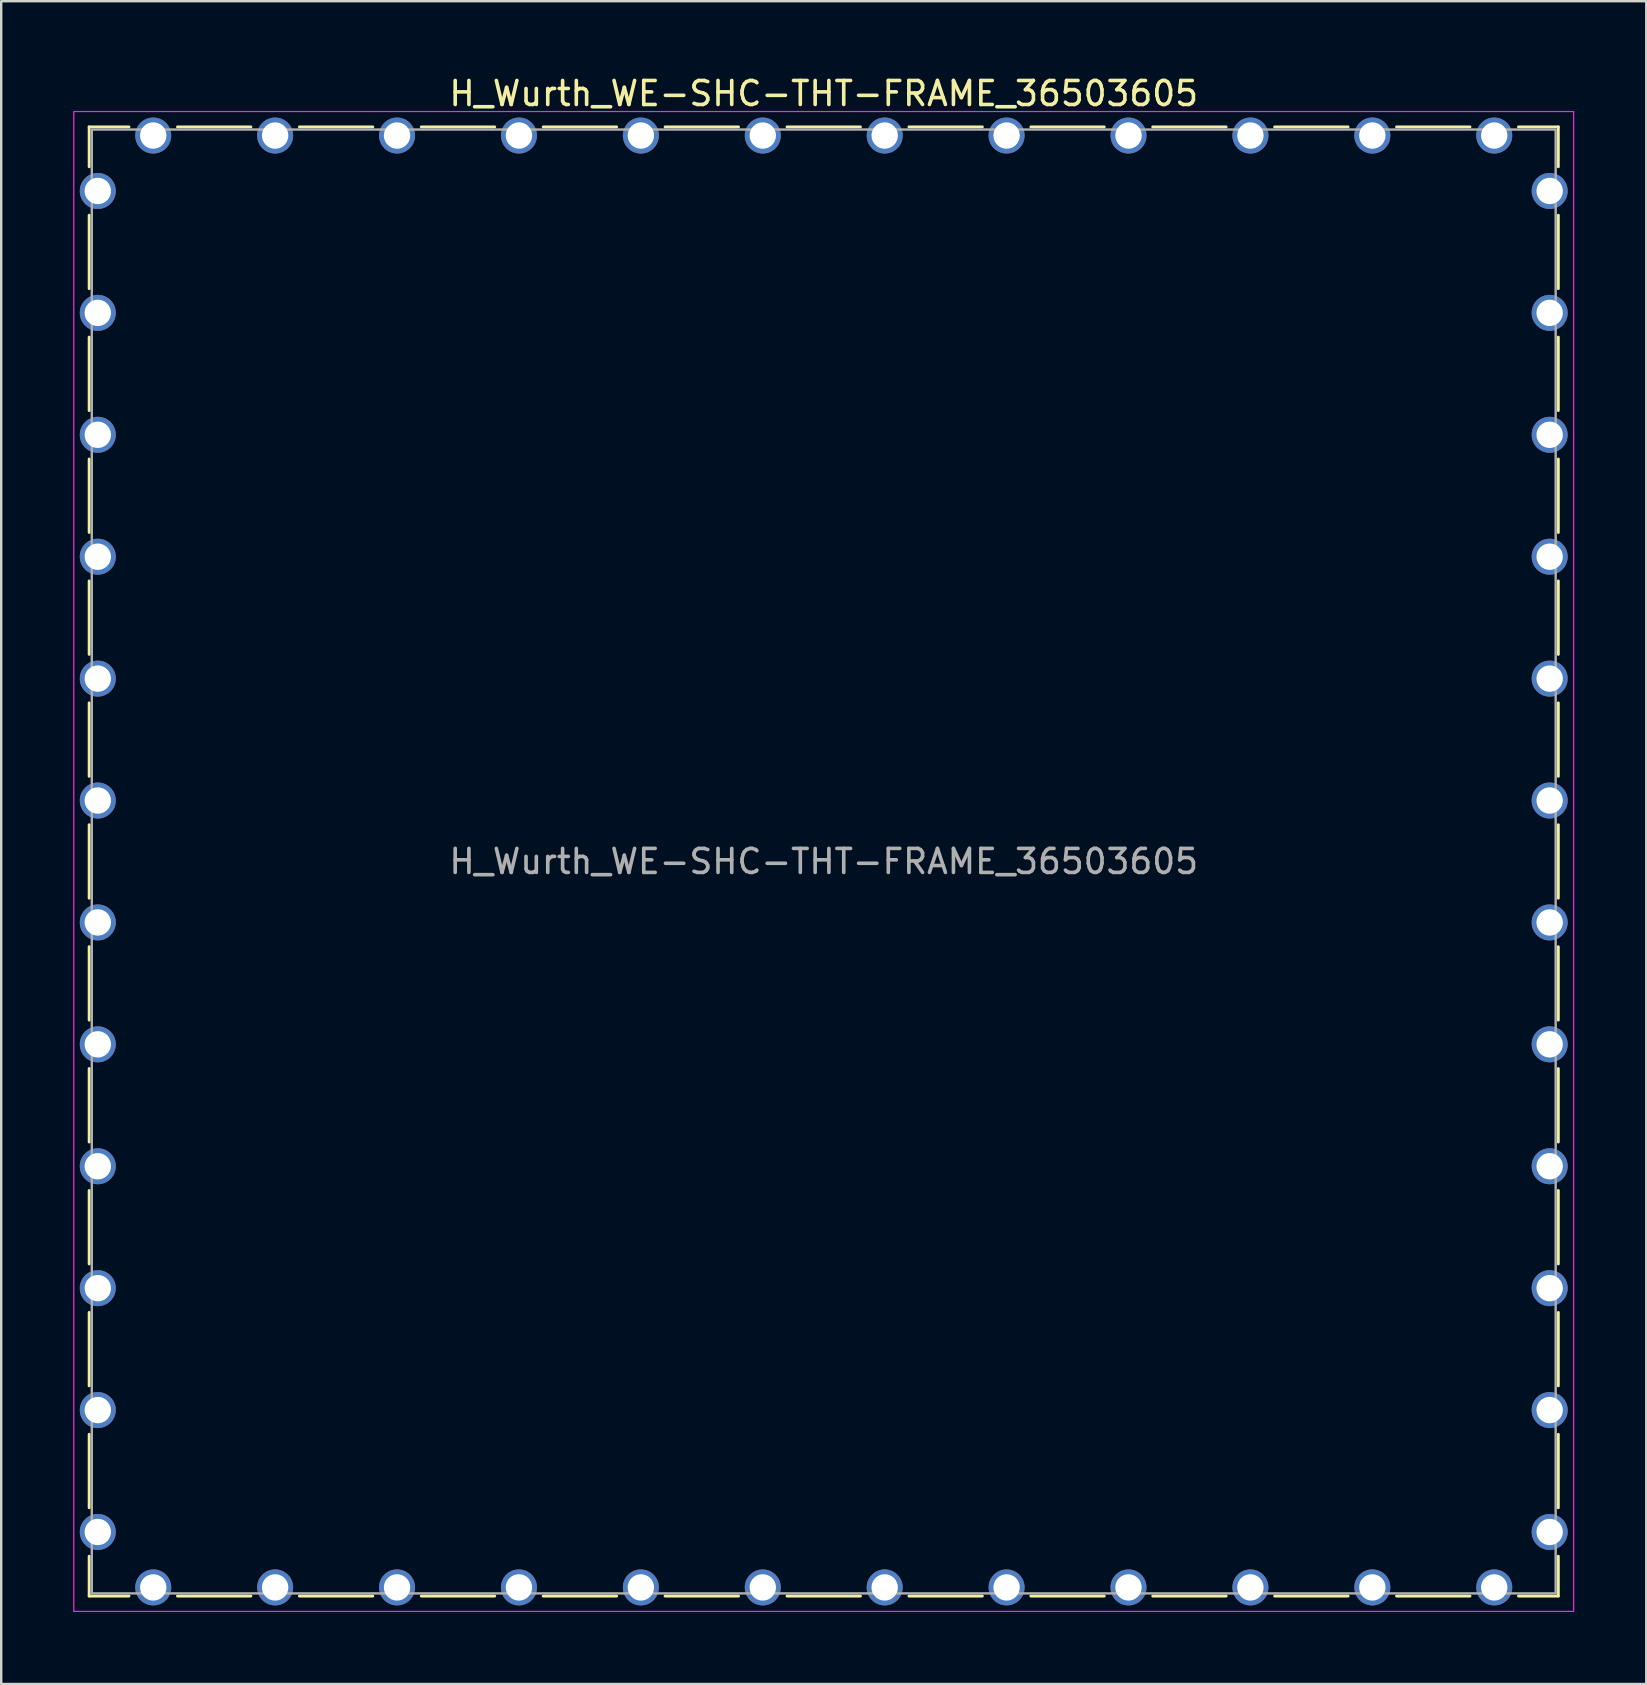
<source format=kicad_pcb>
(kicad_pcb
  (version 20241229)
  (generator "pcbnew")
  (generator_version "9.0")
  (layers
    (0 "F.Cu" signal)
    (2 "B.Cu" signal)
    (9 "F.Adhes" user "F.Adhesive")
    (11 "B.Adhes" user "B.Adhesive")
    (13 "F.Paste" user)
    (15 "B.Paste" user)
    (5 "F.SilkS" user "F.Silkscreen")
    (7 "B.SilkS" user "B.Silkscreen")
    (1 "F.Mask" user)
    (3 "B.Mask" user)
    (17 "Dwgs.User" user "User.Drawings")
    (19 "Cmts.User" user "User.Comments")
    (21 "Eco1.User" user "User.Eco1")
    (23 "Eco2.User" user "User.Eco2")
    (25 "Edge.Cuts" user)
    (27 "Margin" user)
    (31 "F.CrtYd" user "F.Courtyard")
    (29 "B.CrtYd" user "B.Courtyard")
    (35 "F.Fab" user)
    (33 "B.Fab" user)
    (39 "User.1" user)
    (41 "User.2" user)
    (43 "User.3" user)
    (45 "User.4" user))
  (footprint "H_Wurth_WE-SHC-THT-FRAME_36503605"
    (layer "F.Cu")
    (at 31.275 32.848)
    (property "Reference" "H_Wurth_WE-SHC-THT-FRAME_36503605" (at 0 -32 0) (unlocked yes) (layer "F.SilkS") (effects (font (size 1 1) (thickness 0.15))))
    (attr smd)
    (fp_line (start -30.61 -30.61) (end -30.61 -28.95) (stroke (width 0.12) (type default)) (layer "F.SilkS"))
    (fp_line (start -30.61 -23.87) (end -30.61 -26.93) (stroke (width 0.12) (type default)) (layer "F.SilkS"))
    (fp_line (start -30.61 -18.79) (end -30.61 -21.85) (stroke (width 0.12) (type default)) (layer "F.SilkS"))
    (fp_line (start -30.61 -13.71) (end -30.61 -16.77) (stroke (width 0.12) (type default)) (layer "F.SilkS"))
    (fp_line (start -30.61 -8.63) (end -30.61 -11.69) (stroke (width 0.12) (type default)) (layer "F.SilkS"))
    (fp_line (start -30.61 -3.55) (end -30.61 -6.61) (stroke (width 0.12) (type default)) (layer "F.SilkS"))
    (fp_line (start -30.61 1.53) (end -30.61 -1.53) (stroke (width 0.12) (type default)) (layer "F.SilkS"))
    (fp_line (start -30.61 6.61) (end -30.61 3.55) (stroke (width 0.12) (type default)) (layer "F.SilkS"))
    (fp_line (start -30.61 11.69) (end -30.61 8.63) (stroke (width 0.12) (type default)) (layer "F.SilkS"))
    (fp_line (start -30.61 16.77) (end -30.61 13.71) (stroke (width 0.12) (type default)) (layer "F.SilkS"))
    (fp_line (start -30.61 21.85) (end -30.61 18.79) (stroke (width 0.12) (type default)) (layer "F.SilkS"))
    (fp_line (start -30.61 26.93) (end -30.61 23.87) (stroke (width 0.12) (type default)) (layer "F.SilkS"))
    (fp_line (start -30.61 30.61) (end -30.61 28.95) (stroke (width 0.12) (type default)) (layer "F.SilkS"))
    (fp_line (start -28.95 -30.61) (end -30.61 -30.61) (stroke (width 0.12) (type default)) (layer "F.SilkS"))
    (fp_line (start -28.95 30.61) (end -30.61 30.61) (stroke (width 0.12) (type default)) (layer "F.SilkS"))
    (fp_line (start -26.93 -30.61) (end -23.87 -30.61) (stroke (width 0.12) (type default)) (layer "F.SilkS"))
    (fp_line (start -26.93 30.61) (end -23.87 30.61) (stroke (width 0.12) (type default)) (layer "F.SilkS"))
    (fp_line (start -21.85 -30.61) (end -18.79 -30.61) (stroke (width 0.12) (type default)) (layer "F.SilkS"))
    (fp_line (start -21.85 30.61) (end -18.79 30.61) (stroke (width 0.12) (type default)) (layer "F.SilkS"))
    (fp_line (start -16.77 -30.61) (end -13.71 -30.61) (stroke (width 0.12) (type default)) (layer "F.SilkS"))
    (fp_line (start -16.77 30.61) (end -13.71 30.61) (stroke (width 0.12) (type default)) (layer "F.SilkS"))
    (fp_line (start -11.69 -30.61) (end -8.63 -30.61) (stroke (width 0.12) (type default)) (layer "F.SilkS"))
    (fp_line (start -11.69 30.61) (end -8.63 30.61) (stroke (width 0.12) (type default)) (layer "F.SilkS"))
    (fp_line (start -6.61 -30.61) (end -3.55 -30.61) (stroke (width 0.12) (type default)) (layer "F.SilkS"))
    (fp_line (start -6.61 30.61) (end -3.55 30.61) (stroke (width 0.12) (type default)) (layer "F.SilkS"))
    (fp_line (start -1.53 -30.61) (end 1.53 -30.61) (stroke (width 0.12) (type default)) (layer "F.SilkS"))
    (fp_line (start -1.53 30.61) (end 1.53 30.61) (stroke (width 0.12) (type default)) (layer "F.SilkS"))
    (fp_line (start 3.55 -30.61) (end 6.61 -30.61) (stroke (width 0.12) (type default)) (layer "F.SilkS"))
    (fp_line (start 3.55 30.61) (end 6.61 30.61) (stroke (width 0.12) (type default)) (layer "F.SilkS"))
    (fp_line (start 8.63 -30.61) (end 11.69 -30.61) (stroke (width 0.12) (type default)) (layer "F.SilkS"))
    (fp_line (start 8.63 30.61) (end 11.69 30.61) (stroke (width 0.12) (type default)) (layer "F.SilkS"))
    (fp_line (start 13.71 -30.61) (end 16.77 -30.61) (stroke (width 0.12) (type default)) (layer "F.SilkS"))
    (fp_line (start 13.71 30.61) (end 16.77 30.61) (stroke (width 0.12) (type default)) (layer "F.SilkS"))
    (fp_line (start 18.79 -30.61) (end 21.85 -30.61) (stroke (width 0.12) (type default)) (layer "F.SilkS"))
    (fp_line (start 18.79 30.61) (end 21.85 30.61) (stroke (width 0.12) (type default)) (layer "F.SilkS"))
    (fp_line (start 23.87 -30.61) (end 26.93 -30.61) (stroke (width 0.12) (type default)) (layer "F.SilkS"))
    (fp_line (start 23.87 30.61) (end 26.93 30.61) (stroke (width 0.12) (type default)) (layer "F.SilkS"))
    (fp_line (start 28.95 -30.61) (end 30.61 -30.61) (stroke (width 0.12) (type default)) (layer "F.SilkS"))
    (fp_line (start 28.95 30.61) (end 30.61 30.61) (stroke (width 0.12) (type default)) (layer "F.SilkS"))
    (fp_line (start 30.61 -30.61) (end 30.61 -28.95) (stroke (width 0.12) (type default)) (layer "F.SilkS"))
    (fp_line (start 30.61 -23.87) (end 30.61 -26.93) (stroke (width 0.12) (type default)) (layer "F.SilkS"))
    (fp_line (start 30.61 -18.79) (end 30.61 -21.85) (stroke (width 0.12) (type default)) (layer "F.SilkS"))
    (fp_line (start 30.61 -13.71) (end 30.61 -16.77) (stroke (width 0.12) (type default)) (layer "F.SilkS"))
    (fp_line (start 30.61 -8.63) (end 30.61 -11.69) (stroke (width 0.12) (type default)) (layer "F.SilkS"))
    (fp_line (start 30.61 -3.55) (end 30.61 -6.61) (stroke (width 0.12) (type default)) (layer "F.SilkS"))
    (fp_line (start 30.61 1.53) (end 30.61 -1.53) (stroke (width 0.12) (type default)) (layer "F.SilkS"))
    (fp_line (start 30.61 6.61) (end 30.61 3.55) (stroke (width 0.12) (type default)) (layer "F.SilkS"))
    (fp_line (start 30.61 11.69) (end 30.61 8.63) (stroke (width 0.12) (type default)) (layer "F.SilkS"))
    (fp_line (start 30.61 16.77) (end 30.61 13.71) (stroke (width 0.12) (type default)) (layer "F.SilkS"))
    (fp_line (start 30.61 21.85) (end 30.61 18.79) (stroke (width 0.12) (type default)) (layer "F.SilkS"))
    (fp_line (start 30.61 26.93) (end 30.61 23.87) (stroke (width 0.12) (type default)) (layer "F.SilkS"))
    (fp_line (start 30.61 30.61) (end 30.61 28.95) (stroke (width 0.12) (type default)) (layer "F.SilkS"))
    (fp_rect (start -31.25 -31.25) (end 31.25 31.25) (stroke (width 0.05) (type solid)) (fill no) (layer "F.CrtYd"))
    (fp_rect (start -30.5 -30.5) (end 30.5 30.5) (stroke (width 0.1) (type solid)) (fill no) (layer "F.Fab"))
    (fp_text user "${REFERENCE}" (at 0 0 0) (unlocked yes) (layer "F.Fab") (effects (font (size 1 1) (thickness 0.15))))
    (pad "1" thru_hole circle (at -30.25 -27.94) (size 1.5 1.5) (drill 1.1) (layers "*.Cu" "*.Mask"))
    (pad "1" thru_hole circle (at -30.25 -22.86) (size 1.5 1.5) (drill 1.1) (layers "*.Cu" "*.Mask"))
    (pad "1" thru_hole circle (at -30.25 -17.78) (size 1.5 1.5) (drill 1.1) (layers "*.Cu" "*.Mask"))
    (pad "1" thru_hole circle (at -30.25 -12.7) (size 1.5 1.5) (drill 1.1) (layers "*.Cu" "*.Mask"))
    (pad "1" thru_hole circle (at -30.25 -7.62) (size 1.5 1.5) (drill 1.1) (layers "*.Cu" "*.Mask"))
    (pad "1" thru_hole circle (at -30.25 -2.54) (size 1.5 1.5) (drill 1.1) (layers "*.Cu" "*.Mask"))
    (pad "1" thru_hole circle (at -30.25 2.54) (size 1.5 1.5) (drill 1.1) (layers "*.Cu" "*.Mask"))
    (pad "1" thru_hole circle (at -30.25 7.62) (size 1.5 1.5) (drill 1.1) (layers "*.Cu" "*.Mask"))
    (pad "1" thru_hole circle (at -30.25 12.7) (size 1.5 1.5) (drill 1.1) (layers "*.Cu" "*.Mask"))
    (pad "1" thru_hole circle (at -30.25 17.78) (size 1.5 1.5) (drill 1.1) (layers "*.Cu" "*.Mask"))
    (pad "1" thru_hole circle (at -30.25 22.86) (size 1.5 1.5) (drill 1.1) (layers "*.Cu" "*.Mask"))
    (pad "1" thru_hole circle (at -30.25 27.94) (size 1.5 1.5) (drill 1.1) (layers "*.Cu" "*.Mask"))
    (pad "1" thru_hole circle (at -27.94 -30.25) (size 1.5 1.5) (drill 1.1) (layers "*.Cu" "*.Mask"))
    (pad "1" thru_hole circle (at -27.94 30.25) (size 1.5 1.5) (drill 1.1) (layers "*.Cu" "*.Mask"))
    (pad "1" thru_hole circle (at -22.86 -30.25) (size 1.5 1.5) (drill 1.1) (layers "*.Cu" "*.Mask"))
    (pad "1" thru_hole circle (at -22.86 30.25) (size 1.5 1.5) (drill 1.1) (layers "*.Cu" "*.Mask"))
    (pad "1" thru_hole circle (at -17.78 -30.25) (size 1.5 1.5) (drill 1.1) (layers "*.Cu" "*.Mask"))
    (pad "1" thru_hole circle (at -17.78 30.25) (size 1.5 1.5) (drill 1.1) (layers "*.Cu" "*.Mask"))
    (pad "1" thru_hole circle (at -12.7 -30.25) (size 1.5 1.5) (drill 1.1) (layers "*.Cu" "*.Mask"))
    (pad "1" thru_hole circle (at -12.7 30.25) (size 1.5 1.5) (drill 1.1) (layers "*.Cu" "*.Mask"))
    (pad "1" thru_hole circle (at -7.62 -30.25) (size 1.5 1.5) (drill 1.1) (layers "*.Cu" "*.Mask"))
    (pad "1" thru_hole circle (at -7.62 30.25) (size 1.5 1.5) (drill 1.1) (layers "*.Cu" "*.Mask"))
    (pad "1" thru_hole circle (at -2.54 -30.25) (size 1.5 1.5) (drill 1.1) (layers "*.Cu" "*.Mask"))
    (pad "1" thru_hole circle (at -2.54 30.25) (size 1.5 1.5) (drill 1.1) (layers "*.Cu" "*.Mask"))
    (pad "1" thru_hole circle (at 2.54 -30.25) (size 1.5 1.5) (drill 1.1) (layers "*.Cu" "*.Mask"))
    (pad "1" thru_hole circle (at 2.54 30.25) (size 1.5 1.5) (drill 1.1) (layers "*.Cu" "*.Mask"))
    (pad "1" thru_hole circle (at 7.62 -30.25) (size 1.5 1.5) (drill 1.1) (layers "*.Cu" "*.Mask"))
    (pad "1" thru_hole circle (at 7.62 30.25) (size 1.5 1.5) (drill 1.1) (layers "*.Cu" "*.Mask"))
    (pad "1" thru_hole circle (at 12.7 -30.25) (size 1.5 1.5) (drill 1.1) (layers "*.Cu" "*.Mask"))
    (pad "1" thru_hole circle (at 12.7 30.25) (size 1.5 1.5) (drill 1.1) (layers "*.Cu" "*.Mask"))
    (pad "1" thru_hole circle (at 17.78 -30.25) (size 1.5 1.5) (drill 1.1) (layers "*.Cu" "*.Mask"))
    (pad "1" thru_hole circle (at 17.78 30.25) (size 1.5 1.5) (drill 1.1) (layers "*.Cu" "*.Mask"))
    (pad "1" thru_hole circle (at 22.86 -30.25) (size 1.5 1.5) (drill 1.1) (layers "*.Cu" "*.Mask"))
    (pad "1" thru_hole circle (at 22.86 30.25) (size 1.5 1.5) (drill 1.1) (layers "*.Cu" "*.Mask"))
    (pad "1" thru_hole circle (at 27.94 -30.25) (size 1.5 1.5) (drill 1.1) (layers "*.Cu" "*.Mask"))
    (pad "1" thru_hole circle (at 27.94 30.25) (size 1.5 1.5) (drill 1.1) (layers "*.Cu" "*.Mask"))
    (pad "1" thru_hole circle (at 30.25 -27.94) (size 1.5 1.5) (drill 1.1) (layers "*.Cu" "*.Mask"))
    (pad "1" thru_hole circle (at 30.25 -22.86) (size 1.5 1.5) (drill 1.1) (layers "*.Cu" "*.Mask"))
    (pad "1" thru_hole circle (at 30.25 -17.78) (size 1.5 1.5) (drill 1.1) (layers "*.Cu" "*.Mask"))
    (pad "1" thru_hole circle (at 30.25 -12.7) (size 1.5 1.5) (drill 1.1) (layers "*.Cu" "*.Mask"))
    (pad "1" thru_hole circle (at 30.25 -7.62) (size 1.5 1.5) (drill 1.1) (layers "*.Cu" "*.Mask"))
    (pad "1" thru_hole circle (at 30.25 -2.54) (size 1.5 1.5) (drill 1.1) (layers "*.Cu" "*.Mask"))
    (pad "1" thru_hole circle (at 30.25 2.54) (size 1.5 1.5) (drill 1.1) (layers "*.Cu" "*.Mask"))
    (pad "1" thru_hole circle (at 30.25 7.62) (size 1.5 1.5) (drill 1.1) (layers "*.Cu" "*.Mask"))
    (pad "1" thru_hole circle (at 30.25 12.7) (size 1.5 1.5) (drill 1.1) (layers "*.Cu" "*.Mask"))
    (pad "1" thru_hole circle (at 30.25 17.78) (size 1.5 1.5) (drill 1.1) (layers "*.Cu" "*.Mask"))
    (pad "1" thru_hole circle (at 30.25 22.86) (size 1.5 1.5) (drill 1.1) (layers "*.Cu" "*.Mask"))
    (pad "1" thru_hole circle (at 30.25 27.94) (size 1.5 1.5) (drill 1.1) (layers "*.Cu" "*.Mask")))
  (gr_rect
    (start -3 -3)
    (end 65.55 67.123)
    (stroke (width 0.1) (type default))
    (fill no)
    (layer "Edge.Cuts")))
</source>
